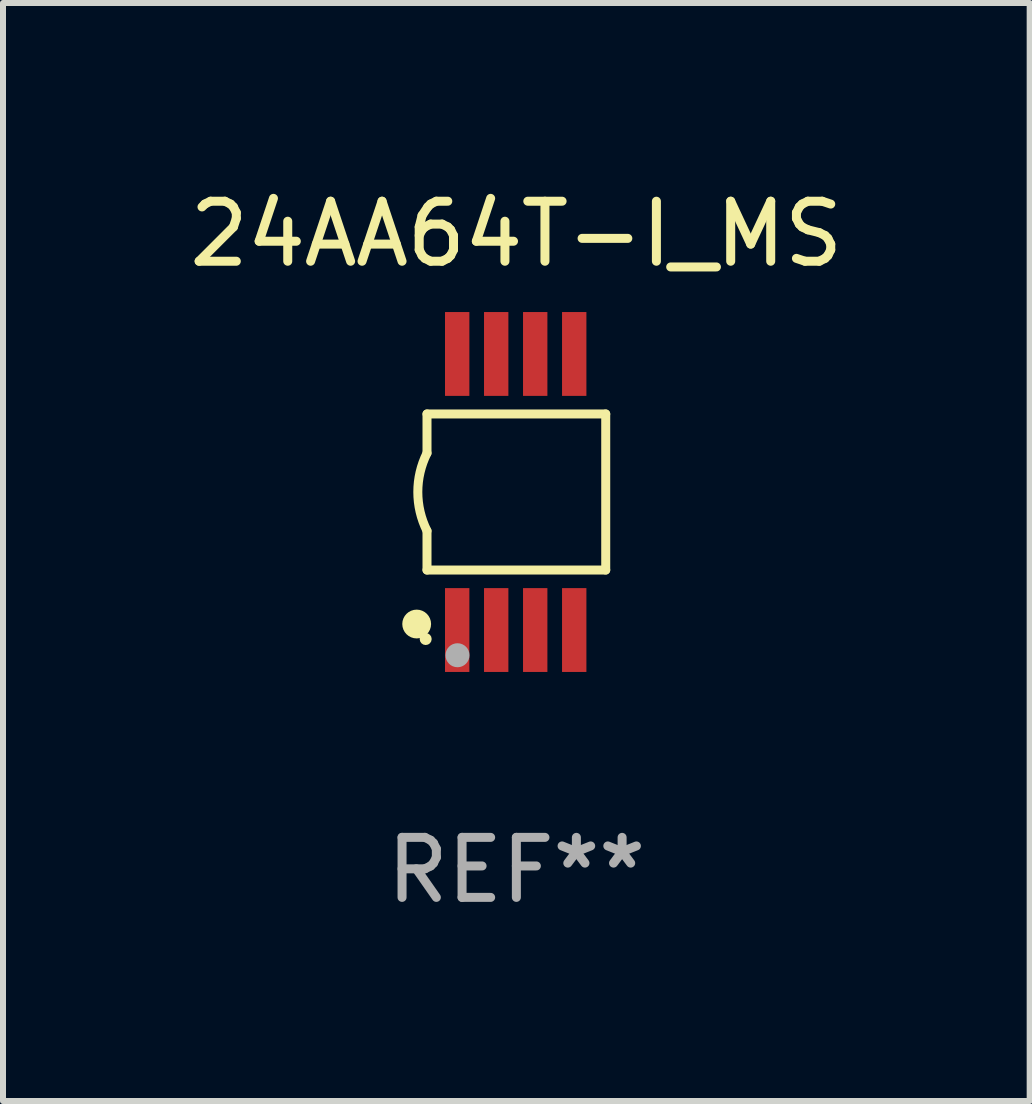
<source format=kicad_pcb>
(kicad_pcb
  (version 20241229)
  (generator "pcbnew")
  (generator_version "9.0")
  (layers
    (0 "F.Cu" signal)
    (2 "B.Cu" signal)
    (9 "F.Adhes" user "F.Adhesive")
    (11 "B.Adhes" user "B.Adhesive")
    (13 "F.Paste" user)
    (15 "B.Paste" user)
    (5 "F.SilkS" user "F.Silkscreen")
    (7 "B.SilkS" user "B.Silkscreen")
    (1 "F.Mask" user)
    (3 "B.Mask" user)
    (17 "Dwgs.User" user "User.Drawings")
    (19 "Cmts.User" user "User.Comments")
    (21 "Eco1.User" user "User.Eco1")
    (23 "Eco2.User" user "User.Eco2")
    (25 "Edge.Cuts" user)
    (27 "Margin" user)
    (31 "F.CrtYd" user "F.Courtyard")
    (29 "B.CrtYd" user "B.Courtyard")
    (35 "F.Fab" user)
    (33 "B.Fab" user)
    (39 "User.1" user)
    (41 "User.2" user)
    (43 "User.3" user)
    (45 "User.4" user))
  (footprint "24AA64T-I_MS"
    (layer "F.Cu")
    (at 5.554 5.148)
    (property "Reference" "24AA64T-I_MS" (at 0 -4.3 0) (layer "F.SilkS") (effects (font (size 1 1) (thickness 0.15))))
    (attr through_hole)
    (fp_line (start -1.489 -1.3) (end -1.489 -0.648) (stroke (width 0.15) (type solid)) (layer "F.SilkS"))
    (fp_line (start -1.489 0.648) (end -1.489 1.3) (stroke (width 0.15) (type solid)) (layer "F.SilkS"))
    (fp_line (start -1.489 1.3) (end 1.489 1.3) (stroke (width 0.15) (type solid)) (layer "F.SilkS"))
    (fp_line (start 1.489 -1.3) (end -1.489 -1.3) (stroke (width 0.15) (type solid)) (layer "F.SilkS"))
    (fp_line (start 1.489 1.3) (end 1.489 -1.3) (stroke (width 0.15) (type solid)) (layer "F.SilkS"))
    (fp_arc (start -1.489205 0.647702) (mid -1.642107 0) (end -1.489205 -0.647701) (stroke (width 0.150013) (type solid)) (layer "F.SilkS"))
    (fp_circle (center -1.661 2.2) (end -1.541 2.2) (stroke (width 0.24) (type solid)) (fill no) (layer "F.SilkS"))
    (fp_circle (center -1.511 2.45) (end -1.461 2.45) (stroke (width 0.1) (type solid)) (fill no) (layer "F.SilkS"))
    (fp_circle (center -0.981 2.72) (end -0.881 2.72) (stroke (width 0.2) (type solid)) (fill no) (layer "F.Fab"))
    (fp_text user "REF**" (at 0 6.3 0) (layer "F.Fab") (effects (font (size 1 1) (thickness 0.15))))
    (pad "1" smd rect (at -0.986 2.3) (size 0.406 1.397) (layers "F.Cu" "F.Mask" "F.Paste"))
    (pad "2" smd rect (at -0.336 2.3) (size 0.406 1.397) (layers "F.Cu" "F.Mask" "F.Paste"))
    (pad "3" smd rect (at 0.314 2.3) (size 0.406 1.397) (layers "F.Cu" "F.Mask" "F.Paste"))
    (pad "4" smd rect (at 0.964 2.3) (size 0.406 1.397) (layers "F.Cu" "F.Mask" "F.Paste"))
    (pad "5" smd rect (at 0.964 -2.3) (size 0.406 1.397) (layers "F.Cu" "F.Mask" "F.Paste"))
    (pad "6" smd rect (at 0.314 -2.3) (size 0.406 1.397) (layers "F.Cu" "F.Mask" "F.Paste"))
    (pad "7" smd rect (at -0.336 -2.3) (size 0.406 1.397) (layers "F.Cu" "F.Mask" "F.Paste"))
    (pad "8" smd rect (at -0.986 -2.3) (size 0.406 1.397) (layers "F.Cu" "F.Mask" "F.Paste")))
  (gr_rect
    (start -3 -3)
    (end 14.107 15.296)
    (stroke (width 0.1) (type default))
    (fill no)
    (layer "Edge.Cuts")))
</source>
